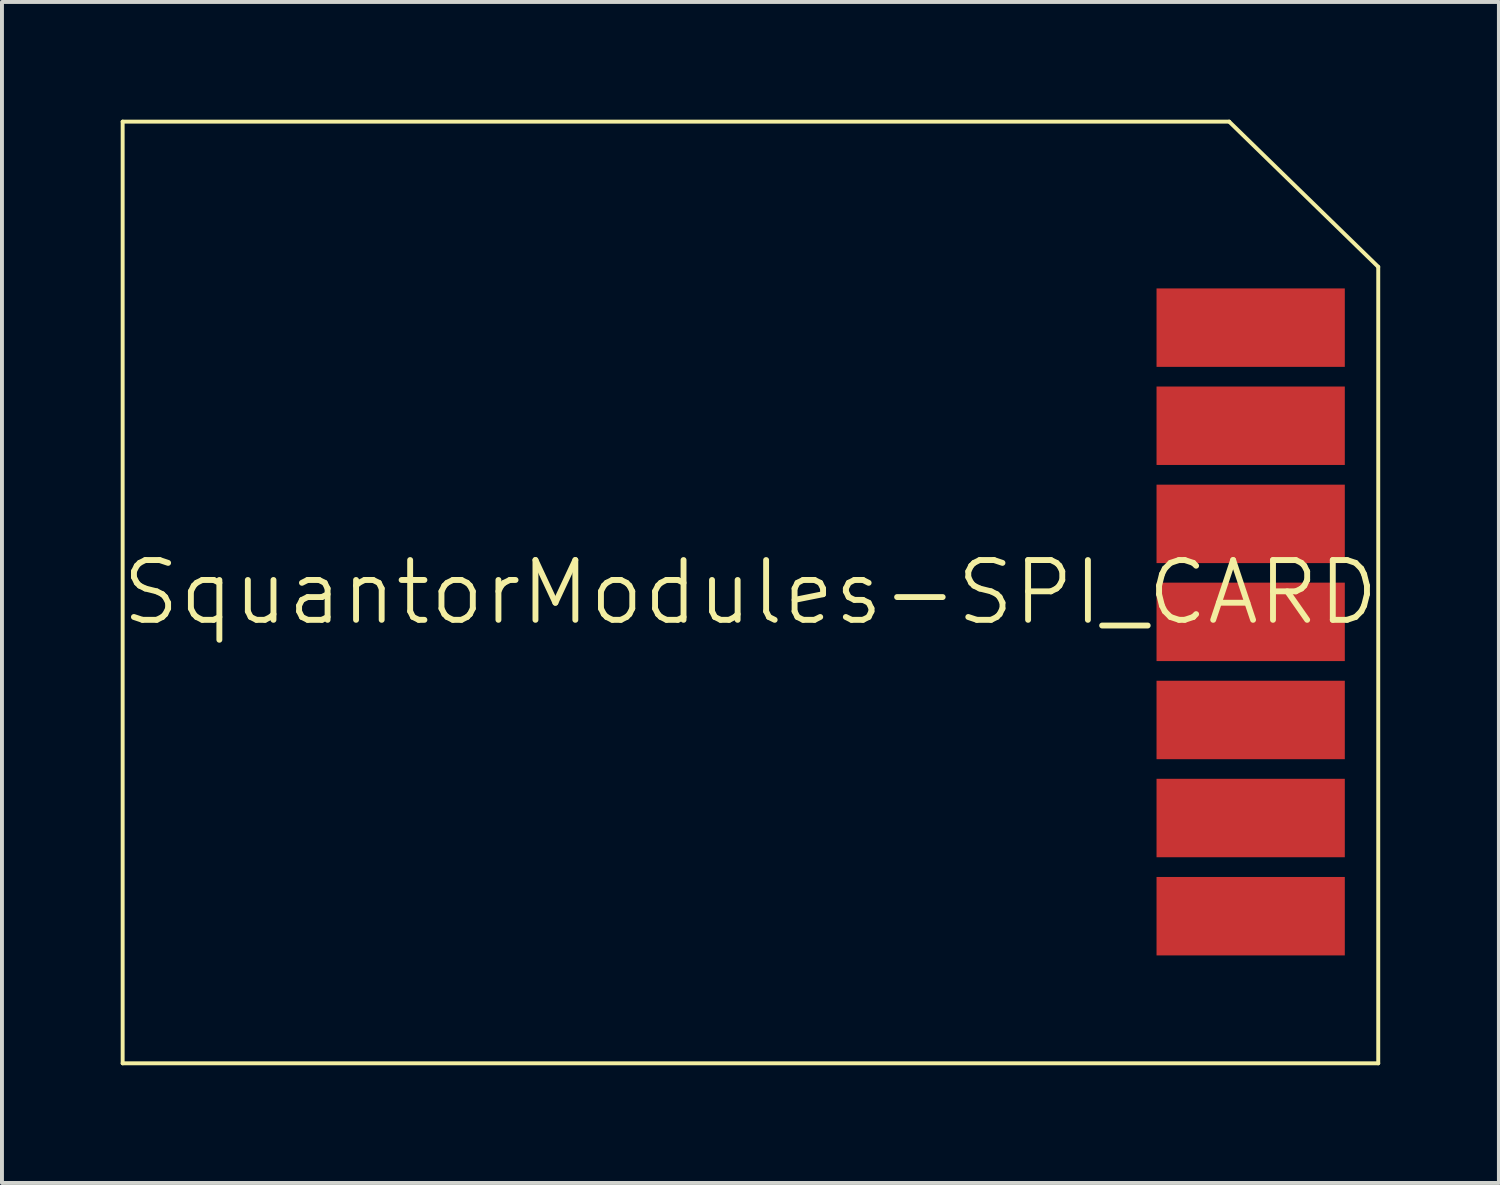
<source format=kicad_pcb>
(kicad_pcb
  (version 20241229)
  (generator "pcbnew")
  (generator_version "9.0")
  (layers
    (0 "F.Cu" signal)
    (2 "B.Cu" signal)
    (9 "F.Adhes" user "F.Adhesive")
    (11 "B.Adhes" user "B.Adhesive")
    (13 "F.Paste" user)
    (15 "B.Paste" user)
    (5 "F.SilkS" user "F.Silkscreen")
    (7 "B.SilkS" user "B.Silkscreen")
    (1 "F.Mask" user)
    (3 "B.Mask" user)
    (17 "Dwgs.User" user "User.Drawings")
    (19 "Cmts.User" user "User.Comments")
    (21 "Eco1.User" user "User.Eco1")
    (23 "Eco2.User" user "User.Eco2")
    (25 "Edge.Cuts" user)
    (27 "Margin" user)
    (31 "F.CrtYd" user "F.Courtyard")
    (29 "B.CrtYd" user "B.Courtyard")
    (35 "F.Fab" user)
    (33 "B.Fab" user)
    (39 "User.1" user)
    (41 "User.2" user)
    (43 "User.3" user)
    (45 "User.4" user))
  (footprint "SquantorModules-SPI_CARD"
    (layer "F.Cu")
    (at 16.075 12.049)
    (property "Reference" "SquantorModules-SPI_CARD" (at 0 0 0) (layer "F.SilkS") (effects (font (size 1.524 1.524) (thickness 0.15))))
    (attr smd)
    (fp_line (start -15.999 -11.999) (end -15.999 11.999) (stroke (width 0.1) (type solid)) (layer "F.SilkS"))
    (fp_line (start -15.999 11.999) (end 15.999 11.999) (stroke (width 0.1) (type solid)) (layer "F.SilkS"))
    (fp_line (start 12.2 -11.999) (end -15.999 -11.999) (stroke (width 0.1) (type solid)) (layer "F.SilkS"))
    (fp_line (start 15.999 -8.298) (end 12.2 -11.999) (stroke (width 0.1) (type solid)) (layer "F.SilkS"))
    (fp_line (start 15.999 11.999) (end 15.999 -8.298) (stroke (width 0.1) (type solid)) (layer "F.SilkS"))
    (pad "CS" smd rect (at 12.748 -6.749) (size 4.798 1.999) (layers "F.Cu" "F.Mask" "F.Paste"))
    (pad "DI" smd rect (at 12.748 -4.249) (size 4.798 1.999) (layers "F.Cu" "F.Mask" "F.Paste"))
    (pad "DO" smd rect (at 12.748 8.25) (size 4.798 1.999) (layers "F.Cu" "F.Mask" "F.Paste"))
    (pad "SCLK" smd rect (at 12.748 3.249) (size 4.798 1.999) (layers "F.Cu" "F.Mask" "F.Paste"))
    (pad "VDD" smd rect (at 12.748 0.749) (size 4.798 1.999) (layers "F.Cu" "F.Mask" "F.Paste"))
    (pad "VSS1" smd rect (at 12.748 -1.748) (size 4.798 1.999) (layers "F.Cu" "F.Mask" "F.Paste"))
    (pad "VSS2" smd rect (at 12.748 5.748) (size 4.798 1.999) (layers "F.Cu" "F.Mask" "F.Paste")))
  (gr_rect
    (start -3 -3)
    (end 35.149 27.098)
    (stroke (width 0.1) (type default))
    (fill no)
    (layer "Edge.Cuts")))
</source>
